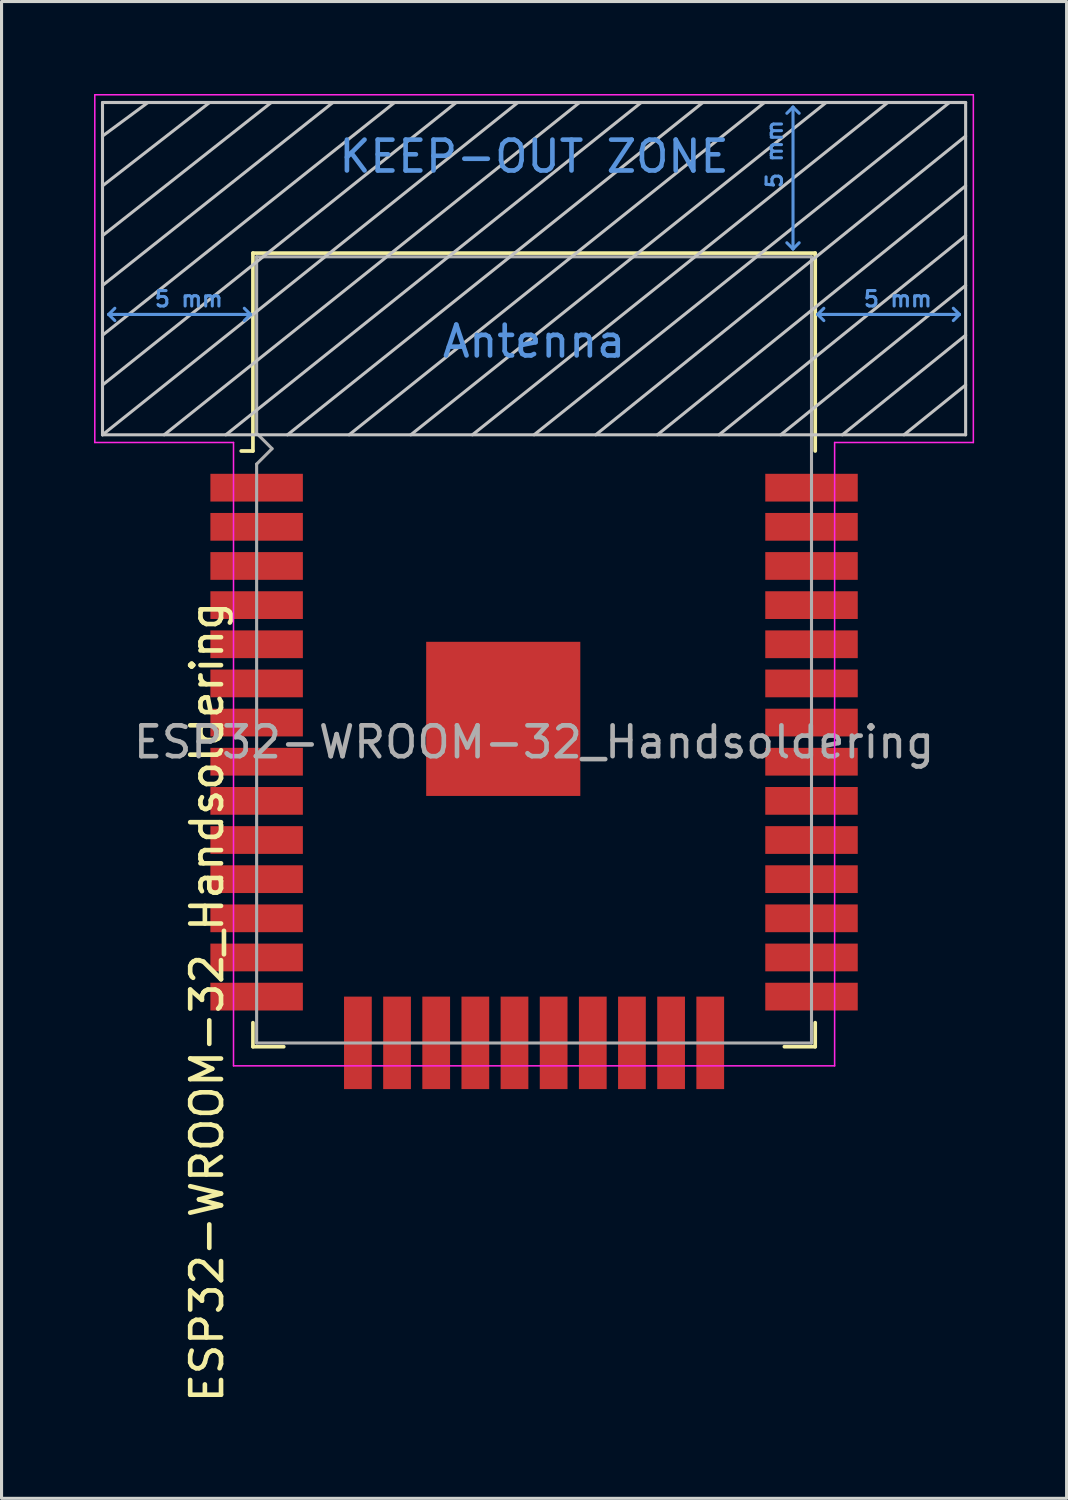
<source format=kicad_pcb>
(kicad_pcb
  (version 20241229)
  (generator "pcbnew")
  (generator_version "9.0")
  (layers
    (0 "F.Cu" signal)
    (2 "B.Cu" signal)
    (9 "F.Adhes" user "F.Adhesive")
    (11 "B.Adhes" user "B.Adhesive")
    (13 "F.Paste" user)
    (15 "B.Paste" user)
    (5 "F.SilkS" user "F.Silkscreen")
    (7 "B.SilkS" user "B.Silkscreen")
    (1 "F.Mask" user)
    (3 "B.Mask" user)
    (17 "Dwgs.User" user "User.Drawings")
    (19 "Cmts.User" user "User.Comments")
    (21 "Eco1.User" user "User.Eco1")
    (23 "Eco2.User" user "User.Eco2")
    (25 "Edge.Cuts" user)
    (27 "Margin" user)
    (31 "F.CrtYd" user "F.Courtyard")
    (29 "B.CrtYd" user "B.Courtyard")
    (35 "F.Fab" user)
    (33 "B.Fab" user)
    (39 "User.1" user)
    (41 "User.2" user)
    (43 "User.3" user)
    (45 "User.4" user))
  (footprint "ESP32-WROOM-32_Handsoldering"
    (layer "F.Cu")
    (at 14.275 21.025)
    (property "Reference" "ESP32-WROOM-32_Handsoldering" (at -10.61 8.43 90) (layer "F.SilkS") (effects (font (size 1 1) (thickness 0.15))))
    (attr smd)
    (fp_line (start -9.12 -15.865) (end -9.12 -9.445) (stroke (width 0.12) (type solid)) (layer "F.SilkS"))
    (fp_line (start -9.12 -15.865) (end 9.12 -15.865) (stroke (width 0.12) (type solid)) (layer "F.SilkS"))
    (fp_line (start -9.12 -9.445) (end -9.5 -9.445) (stroke (width 0.12) (type solid)) (layer "F.SilkS"))
    (fp_line (start -9.12 9.1) (end -9.12 9.88) (stroke (width 0.12) (type solid)) (layer "F.SilkS"))
    (fp_line (start -9.12 9.88) (end -8.12 9.88) (stroke (width 0.12) (type solid)) (layer "F.SilkS"))
    (fp_line (start 9.12 -15.865) (end 9.12 -9.445) (stroke (width 0.12) (type solid)) (layer "F.SilkS"))
    (fp_line (start 9.12 9.1) (end 9.12 9.88) (stroke (width 0.12) (type solid)) (layer "F.SilkS"))
    (fp_line (start 9.12 9.88) (end 8.12 9.88) (stroke (width 0.12) (type solid)) (layer "F.SilkS"))
    (fp_line (start -14 -9.97) (end -14 -20.75) (stroke (width 0.1) (type solid)) (layer "Dwgs.User"))
    (fp_line (start -12.525 -20.75) (end -14 -19.66) (stroke (width 0.1) (type solid)) (layer "Dwgs.User"))
    (fp_line (start -10.525 -20.75) (end -14 -18.045) (stroke (width 0.1) (type solid)) (layer "Dwgs.User"))
    (fp_line (start -8.525 -20.75) (end -14 -16.43) (stroke (width 0.1) (type solid)) (layer "Dwgs.User"))
    (fp_line (start -8 -9.97) (end 5.475 -20.75) (stroke (width 0.1) (type solid)) (layer "Dwgs.User"))
    (fp_line (start -6.525 -20.75) (end -14 -14.815) (stroke (width 0.1) (type solid)) (layer "Dwgs.User"))
    (fp_line (start -4.525 -20.75) (end -14 -13.2) (stroke (width 0.1) (type solid)) (layer "Dwgs.User"))
    (fp_line (start -2.525 -20.75) (end -14 -11.585) (stroke (width 0.1) (type solid)) (layer "Dwgs.User"))
    (fp_line (start -0.525 -20.75) (end -14 -9.97) (stroke (width 0.1) (type solid)) (layer "Dwgs.User"))
    (fp_line (start 1.475 -20.75) (end -12 -9.97) (stroke (width 0.1) (type solid)) (layer "Dwgs.User"))
    (fp_line (start 3.475 -20.75) (end -10 -9.97) (stroke (width 0.1) (type solid)) (layer "Dwgs.User"))
    (fp_line (start 7.475 -20.75) (end -6 -9.97) (stroke (width 0.1) (type solid)) (layer "Dwgs.User"))
    (fp_line (start 9.475 -20.75) (end -4 -9.97) (stroke (width 0.1) (type solid)) (layer "Dwgs.User"))
    (fp_line (start 11.475 -20.75) (end -2 -9.97) (stroke (width 0.1) (type solid)) (layer "Dwgs.User"))
    (fp_line (start 13.475 -20.75) (end 0 -9.97) (stroke (width 0.1) (type solid)) (layer "Dwgs.User"))
    (fp_line (start 14 -20.75) (end -14 -20.75) (stroke (width 0.1) (type solid)) (layer "Dwgs.User"))
    (fp_line (start 14 -19.66) (end 2 -9.97) (stroke (width 0.1) (type solid)) (layer "Dwgs.User"))
    (fp_line (start 14 -18.045) (end 4 -9.97) (stroke (width 0.1) (type solid)) (layer "Dwgs.User"))
    (fp_line (start 14 -16.43) (end 6 -9.97) (stroke (width 0.1) (type solid)) (layer "Dwgs.User"))
    (fp_line (start 14 -14.815) (end 8 -9.97) (stroke (width 0.1) (type solid)) (layer "Dwgs.User"))
    (fp_line (start 14 -13.2) (end 10 -9.97) (stroke (width 0.1) (type solid)) (layer "Dwgs.User"))
    (fp_line (start 14 -11.585) (end 12 -9.97) (stroke (width 0.1) (type solid)) (layer "Dwgs.User"))
    (fp_line (start 14 -9.97) (end -14 -9.97) (stroke (width 0.1) (type solid)) (layer "Dwgs.User"))
    (fp_line (start 14 -9.97) (end 14 -20.75) (stroke (width 0.1) (type solid)) (layer "Dwgs.User"))
    (fp_line (start -13.8 -13.875) (end -13.6 -14.075) (stroke (width 0.1) (type solid)) (layer "Cmts.User"))
    (fp_line (start -13.8 -13.875) (end -13.6 -13.675) (stroke (width 0.1) (type solid)) (layer "Cmts.User"))
    (fp_line (start -13.8 -13.875) (end -9.2 -13.875) (stroke (width 0.1) (type solid)) (layer "Cmts.User"))
    (fp_line (start -9.2 -13.875) (end -9.4 -14.075) (stroke (width 0.1) (type solid)) (layer "Cmts.User"))
    (fp_line (start -9.2 -13.875) (end -9.4 -13.675) (stroke (width 0.1) (type solid)) (layer "Cmts.User"))
    (fp_line (start 8.4 -20.6) (end 8.2 -20.4) (stroke (width 0.1) (type solid)) (layer "Cmts.User"))
    (fp_line (start 8.4 -20.6) (end 8.6 -20.4) (stroke (width 0.1) (type solid)) (layer "Cmts.User"))
    (fp_line (start 8.4 -16) (end 8.2 -16.2) (stroke (width 0.1) (type solid)) (layer "Cmts.User"))
    (fp_line (start 8.4 -16) (end 8.4 -20.6) (stroke (width 0.1) (type solid)) (layer "Cmts.User"))
    (fp_line (start 8.4 -16) (end 8.6 -16.2) (stroke (width 0.1) (type solid)) (layer "Cmts.User"))
    (fp_line (start 9.2 -13.875) (end 9.4 -14.075) (stroke (width 0.1) (type solid)) (layer "Cmts.User"))
    (fp_line (start 9.2 -13.875) (end 9.4 -13.675) (stroke (width 0.1) (type solid)) (layer "Cmts.User"))
    (fp_line (start 9.2 -13.875) (end 13.8 -13.875) (stroke (width 0.1) (type solid)) (layer "Cmts.User"))
    (fp_line (start 13.8 -13.875) (end 13.6 -14.075) (stroke (width 0.1) (type solid)) (layer "Cmts.User"))
    (fp_line (start 13.8 -13.875) (end 13.6 -13.675) (stroke (width 0.1) (type solid)) (layer "Cmts.User"))
    (fp_line (start -14.25 -21) (end -14.25 -9.72) (stroke (width 0.05) (type solid)) (layer "F.CrtYd"))
    (fp_line (start -14.25 -21) (end 14.25 -21) (stroke (width 0.05) (type solid)) (layer "F.CrtYd"))
    (fp_line (start -14.25 -9.72) (end -9.75 -9.72) (stroke (width 0.05) (type solid)) (layer "F.CrtYd"))
    (fp_line (start -9.75 10.5) (end -9.75 -9.72) (stroke (width 0.05) (type solid)) (layer "F.CrtYd"))
    (fp_line (start -9.75 10.5) (end 9.75 10.5) (stroke (width 0.05) (type solid)) (layer "F.CrtYd"))
    (fp_line (start 9.75 -9.72) (end 9.75 10.5) (stroke (width 0.05) (type solid)) (layer "F.CrtYd"))
    (fp_line (start 9.75 -9.72) (end 14.25 -9.72) (stroke (width 0.05) (type solid)) (layer "F.CrtYd"))
    (fp_line (start 14.25 -21) (end 14.25 -9.72) (stroke (width 0.05) (type solid)) (layer "F.CrtYd"))
    (fp_line (start -9 -15.745) (end -9 -10.02) (stroke (width 0.1) (type solid)) (layer "F.Fab"))
    (fp_line (start -9 -15.745) (end 9 -15.745) (stroke (width 0.1) (type solid)) (layer "F.Fab"))
    (fp_line (start -9 -9.02) (end -9 9.76) (stroke (width 0.1) (type solid)) (layer "F.Fab"))
    (fp_line (start -9 -9.02) (end -8.5 -9.52) (stroke (width 0.1) (type solid)) (layer "F.Fab"))
    (fp_line (start -9 9.76) (end 9 9.76) (stroke (width 0.1) (type solid)) (layer "F.Fab"))
    (fp_line (start -8.5 -9.52) (end -9 -10.02) (stroke (width 0.1) (type solid)) (layer "F.Fab"))
    (fp_line (start 9 9.76) (end 9 -15.745) (stroke (width 0.1) (type solid)) (layer "F.Fab"))
    (fp_text user "KEEP-OUT ZONE" (at 0 -19 0) (layer "Cmts.User") (effects (font (size 1 1) (thickness 0.15))))
    (fp_text user "Antenna" (at 0 -13 0) (layer "Cmts.User") (effects (font (size 1 1) (thickness 0.15))))
    (fp_text user "5 mm" (at -11.2 -14.375 0) (layer "Cmts.User") (effects (font (size 0.5 0.5) (thickness 0.1))))
    (fp_text user "5 mm" (at 7.8 -19.075 90) (layer "Cmts.User") (effects (font (size 0.5 0.5) (thickness 0.1))))
    (fp_text user "5 mm" (at 11.8 -14.375 0) (layer "Cmts.User") (effects (font (size 0.5 0.5) (thickness 0.1))))
    (fp_text user "${REFERENCE}" (at 0 0 0) (layer "F.Fab") (effects (font (size 1 1) (thickness 0.15))))
    (pad "1" smd rect (at -9 -8.255) (size 3 0.9) (layers "F.Cu" "F.Mask" "F.Paste"))
    (pad "2" smd rect (at -9 -6.985) (size 3 0.9) (layers "F.Cu" "F.Mask" "F.Paste"))
    (pad "3" smd rect (at -9 -5.715) (size 3 0.9) (layers "F.Cu" "F.Mask" "F.Paste"))
    (pad "4" smd rect (at -9 -4.445) (size 3 0.9) (layers "F.Cu" "F.Mask" "F.Paste"))
    (pad "5" smd rect (at -9 -3.175) (size 3 0.9) (layers "F.Cu" "F.Mask" "F.Paste"))
    (pad "6" smd rect (at -9 -1.905) (size 3 0.9) (layers "F.Cu" "F.Mask" "F.Paste"))
    (pad "7" smd rect (at -9 -0.635) (size 3 0.9) (layers "F.Cu" "F.Mask" "F.Paste"))
    (pad "8" smd rect (at -9 0.635) (size 3 0.9) (layers "F.Cu" "F.Mask" "F.Paste"))
    (pad "9" smd rect (at -9 1.905) (size 3 0.9) (layers "F.Cu" "F.Mask" "F.Paste"))
    (pad "10" smd rect (at -9 3.175) (size 3 0.9) (layers "F.Cu" "F.Mask" "F.Paste"))
    (pad "11" smd rect (at -9 4.445) (size 3 0.9) (layers "F.Cu" "F.Mask" "F.Paste"))
    (pad "12" smd rect (at -9 5.715) (size 3 0.9) (layers "F.Cu" "F.Mask" "F.Paste"))
    (pad "13" smd rect (at -9 6.985) (size 3 0.9) (layers "F.Cu" "F.Mask" "F.Paste"))
    (pad "14" smd rect (at -9 8.255) (size 3 0.9) (layers "F.Cu" "F.Mask" "F.Paste"))
    (pad "15" smd rect (at -5.715 9.755 90) (size 3 0.9) (layers "F.Cu" "F.Mask" "F.Paste"))
    (pad "16" smd rect (at -4.445 9.755 90) (size 3 0.9) (layers "F.Cu" "F.Mask" "F.Paste"))
    (pad "17" smd rect (at -3.175 9.755 90) (size 3 0.9) (layers "F.Cu" "F.Mask" "F.Paste"))
    (pad "18" smd rect (at -1.905 9.755 90) (size 3 0.9) (layers "F.Cu" "F.Mask" "F.Paste"))
    (pad "19" smd rect (at -0.635 9.755 90) (size 3 0.9) (layers "F.Cu" "F.Mask" "F.Paste"))
    (pad "20" smd rect (at 0.635 9.755 90) (size 3 0.9) (layers "F.Cu" "F.Mask" "F.Paste"))
    (pad "21" smd rect (at 1.905 9.755 90) (size 3 0.9) (layers "F.Cu" "F.Mask" "F.Paste"))
    (pad "22" smd rect (at 3.175 9.755 90) (size 3 0.9) (layers "F.Cu" "F.Mask" "F.Paste"))
    (pad "23" smd rect (at 4.445 9.755 90) (size 3 0.9) (layers "F.Cu" "F.Mask" "F.Paste"))
    (pad "24" smd rect (at 5.715 9.755 90) (size 3 0.9) (layers "F.Cu" "F.Mask" "F.Paste"))
    (pad "25" smd rect (at 9 8.255) (size 3 0.9) (layers "F.Cu" "F.Mask" "F.Paste"))
    (pad "26" smd rect (at 9 6.985) (size 3 0.9) (layers "F.Cu" "F.Mask" "F.Paste"))
    (pad "27" smd rect (at 9 5.715) (size 3 0.9) (layers "F.Cu" "F.Mask" "F.Paste"))
    (pad "28" smd rect (at 9 4.445) (size 3 0.9) (layers "F.Cu" "F.Mask" "F.Paste"))
    (pad "29" smd rect (at 9 3.175) (size 3 0.9) (layers "F.Cu" "F.Mask" "F.Paste"))
    (pad "30" smd rect (at 9 1.905) (size 3 0.9) (layers "F.Cu" "F.Mask" "F.Paste"))
    (pad "31" smd rect (at 9 0.635) (size 3 0.9) (layers "F.Cu" "F.Mask" "F.Paste"))
    (pad "32" smd rect (at 9 -0.635) (size 3 0.9) (layers "F.Cu" "F.Mask" "F.Paste"))
    (pad "33" smd rect (at 9 -1.905) (size 3 0.9) (layers "F.Cu" "F.Mask" "F.Paste"))
    (pad "34" smd rect (at 9 -3.175) (size 3 0.9) (layers "F.Cu" "F.Mask" "F.Paste"))
    (pad "35" smd rect (at 9 -4.445) (size 3 0.9) (layers "F.Cu" "F.Mask" "F.Paste"))
    (pad "36" smd rect (at 9 -5.715) (size 3 0.9) (layers "F.Cu" "F.Mask" "F.Paste"))
    (pad "37" smd rect (at 9 -6.985) (size 3 0.9) (layers "F.Cu" "F.Mask" "F.Paste"))
    (pad "38" smd rect (at 9 -8.255) (size 3 0.9) (layers "F.Cu" "F.Mask" "F.Paste"))
    (pad "39" smd rect (at -1 -0.755) (size 5 5) (layers "F.Cu" "F.Mask" "F.Paste")))
  (gr_rect
    (start -3 -3)
    (end 31.55 45.556)
    (stroke (width 0.1) (type default))
    (fill no)
    (layer "Edge.Cuts")))
</source>
